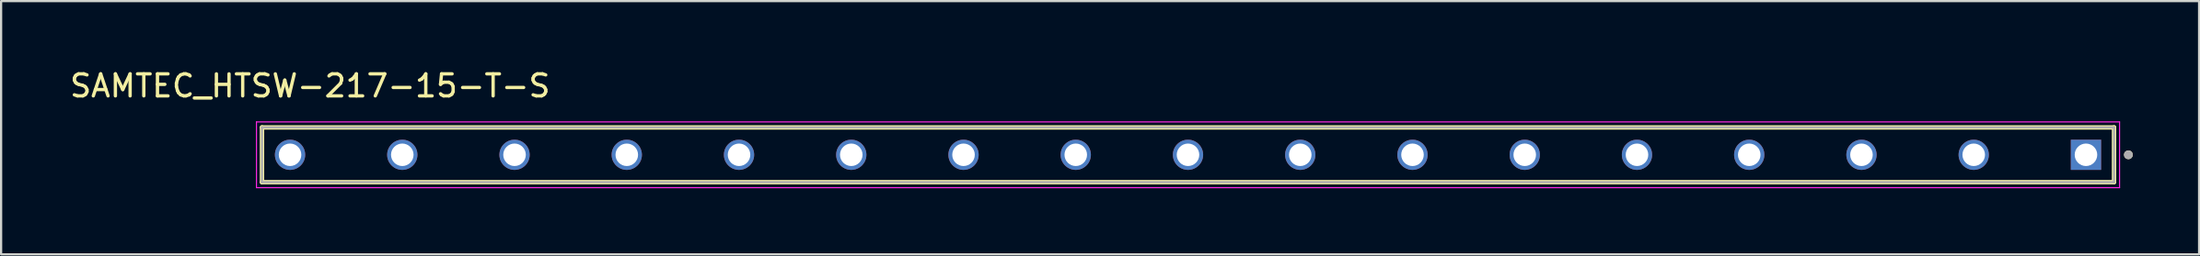
<source format=kicad_pcb>
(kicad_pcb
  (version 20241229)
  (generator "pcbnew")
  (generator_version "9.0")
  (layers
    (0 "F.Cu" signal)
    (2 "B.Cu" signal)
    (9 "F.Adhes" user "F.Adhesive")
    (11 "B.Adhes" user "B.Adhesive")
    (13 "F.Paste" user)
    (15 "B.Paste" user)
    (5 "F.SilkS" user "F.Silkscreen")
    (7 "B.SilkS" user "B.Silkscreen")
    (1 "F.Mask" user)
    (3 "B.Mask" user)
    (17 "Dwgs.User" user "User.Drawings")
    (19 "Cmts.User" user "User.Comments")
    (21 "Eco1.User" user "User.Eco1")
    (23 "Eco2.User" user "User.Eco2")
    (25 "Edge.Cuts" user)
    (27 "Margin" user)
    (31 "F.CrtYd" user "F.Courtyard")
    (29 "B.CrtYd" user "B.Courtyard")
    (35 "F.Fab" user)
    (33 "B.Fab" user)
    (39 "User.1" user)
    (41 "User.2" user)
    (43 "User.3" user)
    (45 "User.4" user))
  (footprint "SAMTEC_HTSW-217-15-T-S"
    (layer "F.Cu")
    (at 50.717 3.978)
    (property "Reference" "SAMTEC_HTSW-217-15-T-S" (at -39.735 -3.13 0) (layer "F.SilkS") (effects (font (size 1 1) (thickness 0.15))))
    (attr through_hole)
    (fp_line (start -41.91 1.244) (end -41.91 -1.244) (stroke (width 0.2) (type solid)) (layer "F.SilkS"))
    (fp_line (start 41.91 -1.244) (end -41.91 -1.244) (stroke (width 0.2) (type solid)) (layer "F.SilkS"))
    (fp_line (start 41.91 -1.244) (end 41.91 1.244) (stroke (width 0.2) (type solid)) (layer "F.SilkS"))
    (fp_line (start 41.91 1.244) (end -41.91 1.244) (stroke (width 0.2) (type solid)) (layer "F.SilkS"))
    (fp_circle (center 42.56 0) (end 42.66 0) (stroke (width 0.2) (type solid)) (fill no) (layer "F.SilkS"))
    (fp_line (start -42.16 -1.494) (end 42.16 -1.494) (stroke (width 0.05) (type solid)) (layer "F.CrtYd"))
    (fp_line (start -42.16 1.494) (end -42.16 -1.494) (stroke (width 0.05) (type solid)) (layer "F.CrtYd"))
    (fp_line (start 42.16 -1.494) (end 42.16 1.494) (stroke (width 0.05) (type solid)) (layer "F.CrtYd"))
    (fp_line (start 42.16 1.494) (end -42.16 1.494) (stroke (width 0.05) (type solid)) (layer "F.CrtYd"))
    (fp_line (start -41.91 -1.244) (end 41.91 -1.244) (stroke (width 0.1) (type solid)) (layer "F.Fab"))
    (fp_line (start -41.91 1.244) (end -41.91 -1.244) (stroke (width 0.1) (type solid)) (layer "F.Fab"))
    (fp_line (start 41.91 -1.244) (end 41.91 1.244) (stroke (width 0.1) (type solid)) (layer "F.Fab"))
    (fp_line (start 41.91 1.244) (end -41.91 1.244) (stroke (width 0.1) (type solid)) (layer "F.Fab"))
    (fp_circle (center 42.56 0) (end 42.66 0) (stroke (width 0.2) (type solid)) (fill no) (layer "F.Fab"))
    (pad "01" thru_hole rect (at 40.64 0) (size 1.37 1.37) (drill 1.02) (layers "*.Cu" "*.Mask"))
    (pad "02" thru_hole circle (at 35.56 0) (size 1.37 1.37) (drill 1.02) (layers "*.Cu" "*.Mask"))
    (pad "03" thru_hole circle (at 30.48 0) (size 1.37 1.37) (drill 1.02) (layers "*.Cu" "*.Mask"))
    (pad "04" thru_hole circle (at 25.4 0) (size 1.37 1.37) (drill 1.02) (layers "*.Cu" "*.Mask"))
    (pad "05" thru_hole circle (at 20.32 0) (size 1.37 1.37) (drill 1.02) (layers "*.Cu" "*.Mask"))
    (pad "06" thru_hole circle (at 15.24 0) (size 1.37 1.37) (drill 1.02) (layers "*.Cu" "*.Mask"))
    (pad "07" thru_hole circle (at 10.16 0) (size 1.37 1.37) (drill 1.02) (layers "*.Cu" "*.Mask"))
    (pad "08" thru_hole circle (at 5.08 0) (size 1.37 1.37) (drill 1.02) (layers "*.Cu" "*.Mask"))
    (pad "09" thru_hole circle (at 0 0) (size 1.37 1.37) (drill 1.02) (layers "*.Cu" "*.Mask"))
    (pad "10" thru_hole circle (at -5.08 0) (size 1.37 1.37) (drill 1.02) (layers "*.Cu" "*.Mask"))
    (pad "11" thru_hole circle (at -10.16 0) (size 1.37 1.37) (drill 1.02) (layers "*.Cu" "*.Mask"))
    (pad "12" thru_hole circle (at -15.24 0) (size 1.37 1.37) (drill 1.02) (layers "*.Cu" "*.Mask"))
    (pad "13" thru_hole circle (at -20.32 0) (size 1.37 1.37) (drill 1.02) (layers "*.Cu" "*.Mask"))
    (pad "14" thru_hole circle (at -25.4 0) (size 1.37 1.37) (drill 1.02) (layers "*.Cu" "*.Mask"))
    (pad "15" thru_hole circle (at -30.48 0) (size 1.37 1.37) (drill 1.02) (layers "*.Cu" "*.Mask"))
    (pad "16" thru_hole circle (at -35.56 0) (size 1.37 1.37) (drill 1.02) (layers "*.Cu" "*.Mask"))
    (pad "17" thru_hole circle (at -40.64 0) (size 1.37 1.37) (drill 1.02) (layers "*.Cu" "*.Mask")))
  (gr_rect
    (start -3 -3)
    (end 96.477 8.497)
    (stroke (width 0.1) (type default))
    (fill no)
    (layer "Edge.Cuts")))
</source>
